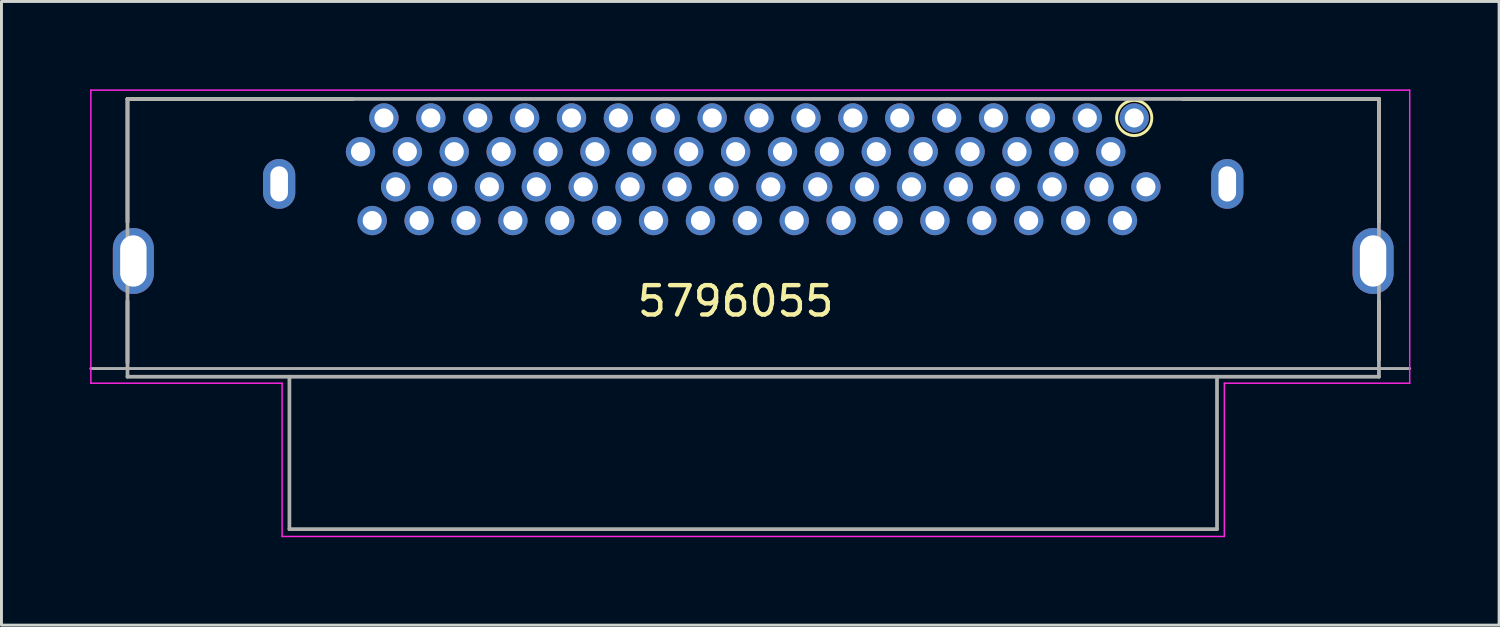
<source format=kicad_pcb>
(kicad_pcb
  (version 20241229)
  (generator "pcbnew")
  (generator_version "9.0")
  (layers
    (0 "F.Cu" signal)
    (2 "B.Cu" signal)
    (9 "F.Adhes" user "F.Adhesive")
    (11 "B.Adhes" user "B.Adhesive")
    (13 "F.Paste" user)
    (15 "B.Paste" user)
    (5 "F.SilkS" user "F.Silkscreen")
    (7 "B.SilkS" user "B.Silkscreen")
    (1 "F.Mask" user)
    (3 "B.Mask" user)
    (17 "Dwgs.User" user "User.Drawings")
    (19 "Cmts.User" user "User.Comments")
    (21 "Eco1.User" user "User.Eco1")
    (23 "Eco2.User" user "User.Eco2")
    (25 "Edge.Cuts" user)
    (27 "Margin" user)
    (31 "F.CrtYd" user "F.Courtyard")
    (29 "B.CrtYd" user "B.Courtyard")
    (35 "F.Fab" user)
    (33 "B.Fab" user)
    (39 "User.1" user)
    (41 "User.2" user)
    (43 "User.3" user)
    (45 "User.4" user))
  (footprint "5796055"
    (layer "F.Cu")
    (at 22.05 2.76)
    (property "Reference" "5796055" (at 0 4.465 0) (unlocked yes) (layer "F.SilkS") (effects (font (size 1 1) (thickness 0.15))))
    (attr through_hole)
    (fp_line (start -20.75 -2.435) (end -20.75 1.765) (stroke (width 0.127) (type solid)) (layer "F.SilkS"))
    (fp_line (start -20.75 4.465) (end -20.75 6.565) (stroke (width 0.127) (type solid)) (layer "F.SilkS"))
    (fp_line (start -13.05 -2.435) (end -20.75 -2.435) (stroke (width 0.127) (type solid)) (layer "F.SilkS"))
    (fp_line (start 21.95 -2.435) (end 15.25 -2.435) (stroke (width 0.127) (type solid)) (layer "F.SilkS"))
    (fp_line (start 21.95 1.765) (end 21.95 -2.435) (stroke (width 0.127) (type solid)) (layer "F.SilkS"))
    (fp_line (start 21.95 6.465) (end 21.95 4.465) (stroke (width 0.127) (type solid)) (layer "F.SilkS"))
    (fp_circle (center 13.6 -1.785) (end 14.2 -1.785) (stroke (width 0.1) (type solid)) (fill no) (layer "F.SilkS"))
    (fp_line (start -22 -2.735) (end -22 7.265) (stroke (width 0.05) (type solid)) (layer "F.CrtYd"))
    (fp_line (start -22 -2.735) (end 23 -2.735) (stroke (width 0.05) (type solid)) (layer "F.CrtYd"))
    (fp_line (start -15.475 7.265) (end -22 7.265) (stroke (width 0.05) (type solid)) (layer "F.CrtYd"))
    (fp_line (start -15.475 12.495) (end -15.475 7.265) (stroke (width 0.05) (type solid)) (layer "F.CrtYd"))
    (fp_line (start 16.675 7.265) (end 16.675 12.495) (stroke (width 0.05) (type solid)) (layer "F.CrtYd"))
    (fp_line (start 16.675 12.495) (end -15.475 12.495) (stroke (width 0.05) (type solid)) (layer "F.CrtYd"))
    (fp_line (start 23 -2.735) (end 23 7.265) (stroke (width 0.05) (type solid)) (layer "F.CrtYd"))
    (fp_line (start 23 7.265) (end 16.675 7.265) (stroke (width 0.05) (type solid)) (layer "F.CrtYd"))
    (fp_line (start -22 6.765) (end 23 6.765) (stroke (width 0.1) (type default)) (layer "F.Fab"))
    (fp_line (start -20.75 -2.435) (end -20.75 7.045) (stroke (width 0.127) (type solid)) (layer "F.Fab"))
    (fp_line (start -20.75 7.045) (end -15.225 7.045) (stroke (width 0.127) (type solid)) (layer "F.Fab"))
    (fp_line (start -15.225 7.045) (end -15.225 12.245) (stroke (width 0.127) (type solid)) (layer "F.Fab"))
    (fp_line (start -15.225 7.045) (end 16.425 7.045) (stroke (width 0.127) (type solid)) (layer "F.Fab"))
    (fp_line (start -15.225 12.245) (end 16.425 12.245) (stroke (width 0.127) (type solid)) (layer "F.Fab"))
    (fp_line (start 16.425 7.045) (end 21.95 7.045) (stroke (width 0.127) (type solid)) (layer "F.Fab"))
    (fp_line (start 16.425 12.245) (end 16.425 7.045) (stroke (width 0.127) (type solid)) (layer "F.Fab"))
    (fp_line (start 21.95 -2.435) (end -20.75 -2.435) (stroke (width 0.127) (type solid)) (layer "F.Fab"))
    (fp_line (start 21.95 7.045) (end 21.95 -2.435) (stroke (width 0.127) (type solid)) (layer "F.Fab"))
    (pad "1" thru_hole circle (at 13.6 -1.785) (size 1 1) (drill 0.65) (layers "*.Cu" "*.Mask") (remove_unused_layers yes) (keep_end_layers yes) (zone_layer_connections))
    (pad "2" thru_hole circle (at 12.8 -0.635) (size 1 1) (drill 0.65) (layers "*.Cu" "*.Mask") (remove_unused_layers yes) (keep_end_layers yes) (zone_layer_connections))
    (pad "3" thru_hole circle (at 12 -1.785) (size 1 1) (drill 0.65) (layers "*.Cu" "*.Mask") (remove_unused_layers yes) (keep_end_layers yes) (zone_layer_connections))
    (pad "4" thru_hole circle (at 11.2 -0.635) (size 1 1) (drill 0.65) (layers "*.Cu" "*.Mask") (remove_unused_layers yes) (keep_end_layers yes) (zone_layer_connections))
    (pad "5" thru_hole circle (at 10.4 -1.785) (size 1 1) (drill 0.65) (layers "*.Cu" "*.Mask") (remove_unused_layers yes) (keep_end_layers yes) (zone_layer_connections))
    (pad "6" thru_hole circle (at 9.6 -0.635) (size 1 1) (drill 0.65) (layers "*.Cu" "*.Mask") (remove_unused_layers yes) (keep_end_layers yes) (zone_layer_connections))
    (pad "7" thru_hole circle (at 8.8 -1.785) (size 1 1) (drill 0.65) (layers "*.Cu" "*.Mask") (remove_unused_layers yes) (keep_end_layers yes) (zone_layer_connections))
    (pad "8" thru_hole circle (at 8 -0.635) (size 1 1) (drill 0.65) (layers "*.Cu" "*.Mask") (remove_unused_layers yes) (keep_end_layers yes) (zone_layer_connections))
    (pad "9" thru_hole circle (at 7.2 -1.785) (size 1 1) (drill 0.65) (layers "*.Cu" "*.Mask") (remove_unused_layers yes) (keep_end_layers yes) (zone_layer_connections))
    (pad "10" thru_hole circle (at 6.4 -0.635) (size 1 1) (drill 0.65) (layers "*.Cu" "*.Mask") (remove_unused_layers yes) (keep_end_layers yes) (zone_layer_connections))
    (pad "11" thru_hole circle (at 5.6 -1.785) (size 1 1) (drill 0.65) (layers "*.Cu" "*.Mask") (remove_unused_layers yes) (keep_end_layers yes) (zone_layer_connections))
    (pad "12" thru_hole circle (at 4.8 -0.635) (size 1 1) (drill 0.65) (layers "*.Cu" "*.Mask") (remove_unused_layers yes) (keep_end_layers yes) (zone_layer_connections))
    (pad "13" thru_hole circle (at 4 -1.785) (size 1 1) (drill 0.65) (layers "*.Cu" "*.Mask") (remove_unused_layers yes) (keep_end_layers yes) (zone_layer_connections))
    (pad "14" thru_hole circle (at 3.2 -0.635) (size 1 1) (drill 0.65) (layers "*.Cu" "*.Mask") (remove_unused_layers yes) (keep_end_layers yes) (zone_layer_connections))
    (pad "15" thru_hole circle (at 2.4 -1.785) (size 1 1) (drill 0.65) (layers "*.Cu" "*.Mask") (remove_unused_layers yes) (keep_end_layers yes) (zone_layer_connections))
    (pad "16" thru_hole circle (at 1.6 -0.635) (size 1 1) (drill 0.65) (layers "*.Cu" "*.Mask") (remove_unused_layers yes) (keep_end_layers yes) (zone_layer_connections))
    (pad "17" thru_hole circle (at 0.8 -1.785) (size 1 1) (drill 0.65) (layers "*.Cu" "*.Mask") (remove_unused_layers yes) (keep_end_layers yes) (zone_layer_connections))
    (pad "18" thru_hole circle (at 0 -0.635) (size 1 1) (drill 0.65) (layers "*.Cu" "*.Mask") (remove_unused_layers yes) (keep_end_layers yes) (zone_layer_connections))
    (pad "19" thru_hole circle (at -0.8 -1.785) (size 1 1) (drill 0.65) (layers "*.Cu" "*.Mask") (remove_unused_layers yes) (keep_end_layers yes) (zone_layer_connections))
    (pad "20" thru_hole circle (at -1.6 -0.635) (size 1 1) (drill 0.65) (layers "*.Cu" "*.Mask") (remove_unused_layers yes) (keep_end_layers yes) (zone_layer_connections))
    (pad "21" thru_hole circle (at -2.4 -1.785) (size 1 1) (drill 0.65) (layers "*.Cu" "*.Mask") (remove_unused_layers yes) (keep_end_layers yes) (zone_layer_connections))
    (pad "22" thru_hole circle (at -3.2 -0.635) (size 1 1) (drill 0.65) (layers "*.Cu" "*.Mask") (remove_unused_layers yes) (keep_end_layers yes) (zone_layer_connections))
    (pad "23" thru_hole circle (at -4 -1.785) (size 1 1) (drill 0.65) (layers "*.Cu" "*.Mask") (remove_unused_layers yes) (keep_end_layers yes) (zone_layer_connections))
    (pad "24" thru_hole circle (at -4.8 -0.635) (size 1 1) (drill 0.65) (layers "*.Cu" "*.Mask") (remove_unused_layers yes) (keep_end_layers yes) (zone_layer_connections))
    (pad "25" thru_hole circle (at -5.6 -1.785) (size 1 1) (drill 0.65) (layers "*.Cu" "*.Mask") (remove_unused_layers yes) (keep_end_layers yes) (zone_layer_connections))
    (pad "26" thru_hole circle (at -6.4 -0.635) (size 1 1) (drill 0.65) (layers "*.Cu" "*.Mask") (remove_unused_layers yes) (keep_end_layers yes) (zone_layer_connections))
    (pad "27" thru_hole circle (at -7.2 -1.785) (size 1 1) (drill 0.65) (layers "*.Cu" "*.Mask") (remove_unused_layers yes) (keep_end_layers yes) (zone_layer_connections))
    (pad "28" thru_hole circle (at -8 -0.635) (size 1 1) (drill 0.65) (layers "*.Cu" "*.Mask") (remove_unused_layers yes) (keep_end_layers yes) (zone_layer_connections))
    (pad "29" thru_hole circle (at -8.8 -1.785) (size 1 1) (drill 0.65) (layers "*.Cu" "*.Mask") (remove_unused_layers yes) (keep_end_layers yes) (zone_layer_connections))
    (pad "30" thru_hole circle (at -9.6 -0.635) (size 1 1) (drill 0.65) (layers "*.Cu" "*.Mask") (remove_unused_layers yes) (keep_end_layers yes) (zone_layer_connections))
    (pad "31" thru_hole circle (at -10.4 -1.785) (size 1 1) (drill 0.65) (layers "*.Cu" "*.Mask") (remove_unused_layers yes) (keep_end_layers yes) (zone_layer_connections))
    (pad "32" thru_hole circle (at -11.2 -0.635) (size 1 1) (drill 0.65) (layers "*.Cu" "*.Mask") (remove_unused_layers yes) (keep_end_layers yes) (zone_layer_connections))
    (pad "33" thru_hole circle (at -12 -1.785) (size 1 1) (drill 0.65) (layers "*.Cu" "*.Mask") (remove_unused_layers yes) (keep_end_layers yes) (zone_layer_connections))
    (pad "34" thru_hole circle (at -12.8 -0.635) (size 1 1) (drill 0.65) (layers "*.Cu" "*.Mask") (remove_unused_layers yes) (keep_end_layers yes) (zone_layer_connections))
    (pad "35" thru_hole circle (at 14 0.565) (size 1 1) (drill 0.65) (layers "*.Cu" "*.Mask") (remove_unused_layers yes) (keep_end_layers yes) (zone_layer_connections))
    (pad "36" thru_hole circle (at 13.2 1.715) (size 1 1) (drill 0.65) (layers "*.Cu" "*.Mask") (remove_unused_layers yes) (keep_end_layers yes) (zone_layer_connections))
    (pad "37" thru_hole circle (at 12.4 0.565) (size 1 1) (drill 0.65) (layers "*.Cu" "*.Mask") (remove_unused_layers yes) (keep_end_layers yes) (zone_layer_connections))
    (pad "38" thru_hole circle (at 11.6 1.715) (size 1 1) (drill 0.65) (layers "*.Cu" "*.Mask") (remove_unused_layers yes) (keep_end_layers yes) (zone_layer_connections))
    (pad "39" thru_hole circle (at 10.8 0.565) (size 1 1) (drill 0.65) (layers "*.Cu" "*.Mask") (remove_unused_layers yes) (keep_end_layers yes) (zone_layer_connections))
    (pad "40" thru_hole circle (at 10 1.715) (size 1 1) (drill 0.65) (layers "*.Cu" "*.Mask") (remove_unused_layers yes) (keep_end_layers yes) (zone_layer_connections))
    (pad "41" thru_hole circle (at 9.2 0.565) (size 1 1) (drill 0.65) (layers "*.Cu" "*.Mask") (remove_unused_layers yes) (keep_end_layers yes) (zone_layer_connections))
    (pad "42" thru_hole circle (at 8.4 1.715) (size 1 1) (drill 0.65) (layers "*.Cu" "*.Mask") (remove_unused_layers yes) (keep_end_layers yes) (zone_layer_connections))
    (pad "43" thru_hole circle (at 7.6 0.565) (size 1 1) (drill 0.65) (layers "*.Cu" "*.Mask") (remove_unused_layers yes) (keep_end_layers yes) (zone_layer_connections))
    (pad "44" thru_hole circle (at 6.8 1.715) (size 1 1) (drill 0.65) (layers "*.Cu" "*.Mask") (remove_unused_layers yes) (keep_end_layers yes) (zone_layer_connections))
    (pad "45" thru_hole circle (at 6 0.565) (size 1 1) (drill 0.65) (layers "*.Cu" "*.Mask") (remove_unused_layers yes) (keep_end_layers yes) (zone_layer_connections))
    (pad "46" thru_hole circle (at 5.2 1.715) (size 1 1) (drill 0.65) (layers "*.Cu" "*.Mask") (remove_unused_layers yes) (keep_end_layers yes) (zone_layer_connections))
    (pad "47" thru_hole circle (at 4.4 0.565) (size 1 1) (drill 0.65) (layers "*.Cu" "*.Mask") (remove_unused_layers yes) (keep_end_layers yes) (zone_layer_connections))
    (pad "48" thru_hole circle (at 3.6 1.715) (size 1 1) (drill 0.65) (layers "*.Cu" "*.Mask") (remove_unused_layers yes) (keep_end_layers yes) (zone_layer_connections))
    (pad "49" thru_hole circle (at 2.8 0.565) (size 1 1) (drill 0.65) (layers "*.Cu" "*.Mask") (remove_unused_layers yes) (keep_end_layers yes) (zone_layer_connections))
    (pad "50" thru_hole circle (at 2 1.715) (size 1 1) (drill 0.65) (layers "*.Cu" "*.Mask") (remove_unused_layers yes) (keep_end_layers yes) (zone_layer_connections))
    (pad "51" thru_hole circle (at 1.2 0.565) (size 1 1) (drill 0.65) (layers "*.Cu" "*.Mask") (remove_unused_layers yes) (keep_end_layers yes) (zone_layer_connections))
    (pad "52" thru_hole circle (at 0.4 1.715) (size 1 1) (drill 0.65) (layers "*.Cu" "*.Mask") (remove_unused_layers yes) (keep_end_layers yes) (zone_layer_connections))
    (pad "53" thru_hole circle (at -0.4 0.565) (size 1 1) (drill 0.65) (layers "*.Cu" "*.Mask") (remove_unused_layers yes) (keep_end_layers yes) (zone_layer_connections))
    (pad "54" thru_hole circle (at -1.2 1.715) (size 1 1) (drill 0.65) (layers "*.Cu" "*.Mask") (remove_unused_layers yes) (keep_end_layers yes) (zone_layer_connections))
    (pad "55" thru_hole circle (at -2 0.565) (size 1 1) (drill 0.65) (layers "*.Cu" "*.Mask") (remove_unused_layers yes) (keep_end_layers yes) (zone_layer_connections))
    (pad "56" thru_hole circle (at -2.8 1.715) (size 1 1) (drill 0.65) (layers "*.Cu" "*.Mask") (remove_unused_layers yes) (keep_end_layers yes) (zone_layer_connections))
    (pad "57" thru_hole circle (at -3.6 0.565) (size 1 1) (drill 0.65) (layers "*.Cu" "*.Mask") (remove_unused_layers yes) (keep_end_layers yes) (zone_layer_connections))
    (pad "58" thru_hole circle (at -4.4 1.715) (size 1 1) (drill 0.65) (layers "*.Cu" "*.Mask") (remove_unused_layers yes) (keep_end_layers yes) (zone_layer_connections))
    (pad "59" thru_hole circle (at -5.2 0.565) (size 1 1) (drill 0.65) (layers "*.Cu" "*.Mask") (remove_unused_layers yes) (keep_end_layers yes) (zone_layer_connections))
    (pad "60" thru_hole circle (at -6 1.715) (size 1 1) (drill 0.65) (layers "*.Cu" "*.Mask") (remove_unused_layers yes) (keep_end_layers yes) (zone_layer_connections))
    (pad "61" thru_hole circle (at -6.8 0.565) (size 1 1) (drill 0.65) (layers "*.Cu" "*.Mask") (remove_unused_layers yes) (keep_end_layers yes) (zone_layer_connections))
    (pad "62" thru_hole circle (at -7.6 1.715) (size 1 1) (drill 0.65) (layers "*.Cu" "*.Mask") (remove_unused_layers yes) (keep_end_layers yes) (zone_layer_connections))
    (pad "63" thru_hole circle (at -8.4 0.565) (size 1 1) (drill 0.65) (layers "*.Cu" "*.Mask") (remove_unused_layers yes) (keep_end_layers yes) (zone_layer_connections))
    (pad "64" thru_hole circle (at -9.2 1.715) (size 1 1) (drill 0.65) (layers "*.Cu" "*.Mask") (remove_unused_layers yes) (keep_end_layers yes) (zone_layer_connections))
    (pad "65" thru_hole circle (at -10 0.565) (size 1 1) (drill 0.65) (layers "*.Cu" "*.Mask") (remove_unused_layers yes) (keep_end_layers yes) (zone_layer_connections))
    (pad "66" thru_hole circle (at -10.8 1.715) (size 1 1) (drill 0.65) (layers "*.Cu" "*.Mask") (remove_unused_layers yes) (keep_end_layers yes) (zone_layer_connections))
    (pad "67" thru_hole circle (at -11.6 0.565) (size 1 1) (drill 0.65) (layers "*.Cu" "*.Mask") (remove_unused_layers yes) (keep_end_layers yes) (zone_layer_connections))
    (pad "68" thru_hole circle (at -12.4 1.715) (size 1 1) (drill 0.65) (layers "*.Cu" "*.Mask") (remove_unused_layers yes) (keep_end_layers yes) (zone_layer_connections))
    (pad "SHIELD" thru_hole oval (at -20.55 3.095) (size 1.4 2.25) (drill oval 0.9 1.75) (layers "*.Cu" "*.Mask"))
    (pad "SHIELD" thru_hole oval (at -15.575 0.465) (size 1.1 1.7) (drill oval 0.6 1.2) (layers "*.Cu" "*.Mask"))
    (pad "SHIELD" thru_hole oval (at 16.775 0.465) (size 1.1 1.7) (drill oval 0.6 1.2) (layers "*.Cu" "*.Mask"))
    (pad "SHIELD" thru_hole oval (at 21.75 3.095) (size 1.4 2.25) (drill oval 0.9 1.75) (layers "*.Cu" "*.Mask")))
  (gr_rect
    (start -3 -3)
    (end 48.1 18.28)
    (stroke (width 0.1) (type default))
    (fill no)
    (layer "Edge.Cuts")))
</source>
